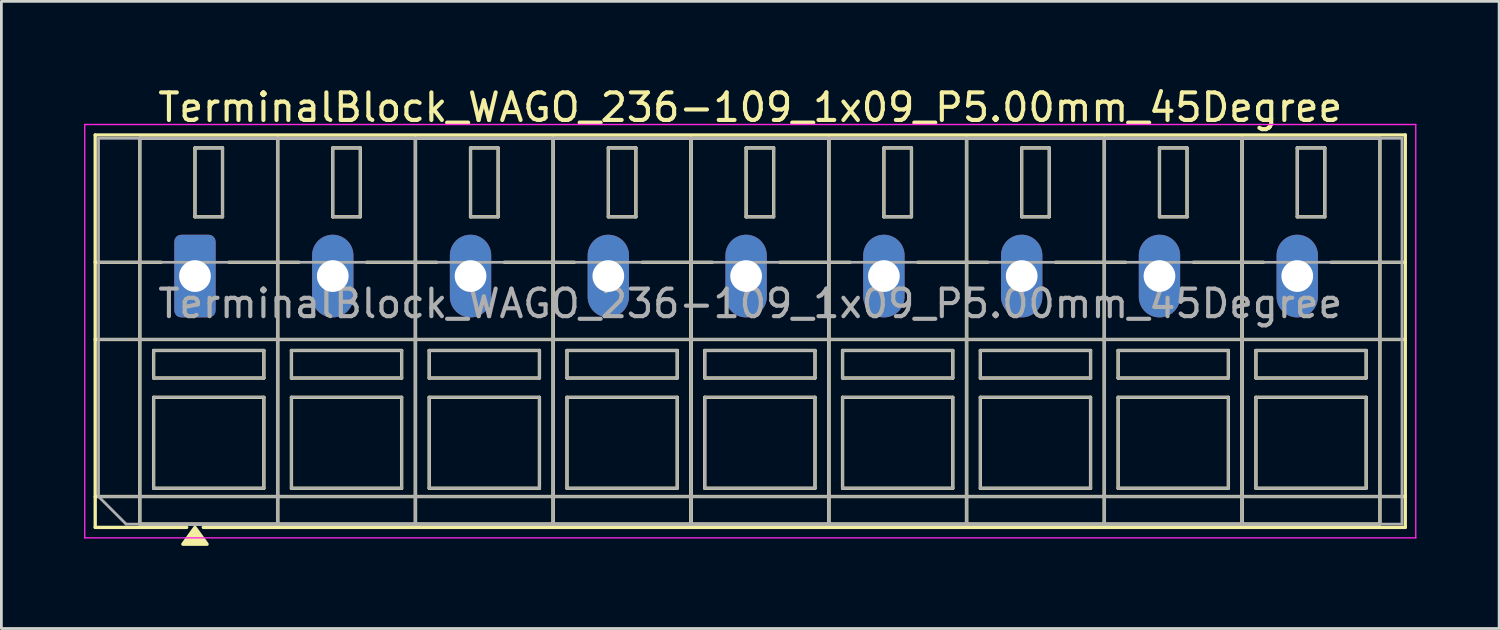
<source format=kicad_pcb>
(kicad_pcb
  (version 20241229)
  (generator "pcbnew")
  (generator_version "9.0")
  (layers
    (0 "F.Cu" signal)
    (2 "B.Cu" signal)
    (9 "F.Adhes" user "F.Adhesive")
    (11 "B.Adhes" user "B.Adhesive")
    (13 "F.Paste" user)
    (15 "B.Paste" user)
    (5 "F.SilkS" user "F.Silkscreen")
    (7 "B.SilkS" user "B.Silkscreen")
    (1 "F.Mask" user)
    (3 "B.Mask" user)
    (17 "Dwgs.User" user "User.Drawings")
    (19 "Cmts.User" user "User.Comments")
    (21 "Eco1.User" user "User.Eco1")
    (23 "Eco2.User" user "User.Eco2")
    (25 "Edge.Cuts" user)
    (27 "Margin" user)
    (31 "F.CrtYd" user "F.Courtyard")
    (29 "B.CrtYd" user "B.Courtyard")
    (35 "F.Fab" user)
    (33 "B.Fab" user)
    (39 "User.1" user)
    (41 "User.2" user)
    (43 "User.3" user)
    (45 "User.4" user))
  (footprint "TerminalBlock_WAGO_236-109_1x09_P5.00mm_45Degree"
    (layer "F.Cu")
    (at 4.025 6.968)
    (property "Reference" "TerminalBlock_WAGO_236-109_1x09_P5.00mm_45Degree" (at 20.15 -6.12 0) (layer "F.SilkS") (effects (font (size 1 1) (thickness 0.15))))
    (attr through_hole)
    (fp_line (start -3.62 -5.12) (end -3.62 9.12) (stroke (width 0.12) (type solid)) (layer "F.SilkS"))
    (fp_line (start -3.62 -5.12) (end 43.92 -5.12) (stroke (width 0.12) (type solid)) (layer "F.SilkS"))
    (fp_line (start -3.62 -0.5) (end -1.23 -0.5) (stroke (width 0.12) (type solid)) (layer "F.SilkS"))
    (fp_line (start -3.62 2.3) (end 43.92 2.3) (stroke (width 0.12) (type solid)) (layer "F.SilkS"))
    (fp_line (start -3.62 8) (end 43.92 8) (stroke (width 0.12) (type solid)) (layer "F.SilkS"))
    (fp_line (start -3.62 9.12) (end -0.3 9.12) (stroke (width 0.12) (type solid)) (layer "F.SilkS"))
    (fp_line (start -2 -5) (end -2 9) (stroke (width 0.12) (type solid)) (layer "F.SilkS"))
    (fp_line (start -2 -5) (end 3 -5) (stroke (width 0.12) (type solid)) (layer "F.SilkS"))
    (fp_line (start -2 9) (end 3 9) (stroke (width 0.12) (type solid)) (layer "F.SilkS"))
    (fp_line (start -1.5 2.7) (end -1.5 3.7) (stroke (width 0.12) (type solid)) (layer "F.SilkS"))
    (fp_line (start -1.5 2.7) (end 2.5 2.7) (stroke (width 0.12) (type solid)) (layer "F.SilkS"))
    (fp_line (start -1.5 3.7) (end 2.5 3.7) (stroke (width 0.12) (type solid)) (layer "F.SilkS"))
    (fp_line (start -1.5 4.4) (end -1.5 7.7) (stroke (width 0.12) (type solid)) (layer "F.SilkS"))
    (fp_line (start -1.5 4.4) (end 2.5 4.4) (stroke (width 0.12) (type solid)) (layer "F.SilkS"))
    (fp_line (start -1.5 7.7) (end 2.5 7.7) (stroke (width 0.12) (type solid)) (layer "F.SilkS"))
    (fp_line (start 0 -4.65) (end 0 -2.15) (stroke (width 0.12) (type solid)) (layer "F.SilkS"))
    (fp_line (start 0 -4.65) (end 1 -4.65) (stroke (width 0.12) (type solid)) (layer "F.SilkS"))
    (fp_line (start 0 -2.15) (end 1 -2.15) (stroke (width 0.12) (type solid)) (layer "F.SilkS"))
    (fp_line (start 0.3 9.12) (end 43.92 9.12) (stroke (width 0.12) (type solid)) (layer "F.SilkS"))
    (fp_line (start 1 -4.65) (end 1 -2.15) (stroke (width 0.12) (type solid)) (layer "F.SilkS"))
    (fp_line (start 1.23 -0.5) (end 3.77 -0.5) (stroke (width 0.12) (type solid)) (layer "F.SilkS"))
    (fp_line (start 2.5 2.7) (end 2.5 3.7) (stroke (width 0.12) (type solid)) (layer "F.SilkS"))
    (fp_line (start 2.5 4.4) (end 2.5 7.7) (stroke (width 0.12) (type solid)) (layer "F.SilkS"))
    (fp_line (start 3 -5) (end 3 9) (stroke (width 0.12) (type solid)) (layer "F.SilkS"))
    (fp_line (start 3 -5) (end 3 9) (stroke (width 0.12) (type solid)) (layer "F.SilkS"))
    (fp_line (start 3 -5) (end 8 -5) (stroke (width 0.12) (type solid)) (layer "F.SilkS"))
    (fp_line (start 3 9) (end 8 9) (stroke (width 0.12) (type solid)) (layer "F.SilkS"))
    (fp_line (start 3.5 2.7) (end 3.5 3.7) (stroke (width 0.12) (type solid)) (layer "F.SilkS"))
    (fp_line (start 3.5 2.7) (end 7.5 2.7) (stroke (width 0.12) (type solid)) (layer "F.SilkS"))
    (fp_line (start 3.5 3.7) (end 7.5 3.7) (stroke (width 0.12) (type solid)) (layer "F.SilkS"))
    (fp_line (start 3.5 4.4) (end 3.5 7.7) (stroke (width 0.12) (type solid)) (layer "F.SilkS"))
    (fp_line (start 3.5 4.4) (end 7.5 4.4) (stroke (width 0.12) (type solid)) (layer "F.SilkS"))
    (fp_line (start 3.5 7.7) (end 7.5 7.7) (stroke (width 0.12) (type solid)) (layer "F.SilkS"))
    (fp_line (start 5 -4.65) (end 5 -2.15) (stroke (width 0.12) (type solid)) (layer "F.SilkS"))
    (fp_line (start 5 -4.65) (end 6 -4.65) (stroke (width 0.12) (type solid)) (layer "F.SilkS"))
    (fp_line (start 5 -2.15) (end 6 -2.15) (stroke (width 0.12) (type solid)) (layer "F.SilkS"))
    (fp_line (start 6 -4.65) (end 6 -2.15) (stroke (width 0.12) (type solid)) (layer "F.SilkS"))
    (fp_line (start 6.23 -0.5) (end 8.77 -0.5) (stroke (width 0.12) (type solid)) (layer "F.SilkS"))
    (fp_line (start 7.5 2.7) (end 7.5 3.7) (stroke (width 0.12) (type solid)) (layer "F.SilkS"))
    (fp_line (start 7.5 4.4) (end 7.5 7.7) (stroke (width 0.12) (type solid)) (layer "F.SilkS"))
    (fp_line (start 8 -5) (end 8 9) (stroke (width 0.12) (type solid)) (layer "F.SilkS"))
    (fp_line (start 8 -5) (end 8 9) (stroke (width 0.12) (type solid)) (layer "F.SilkS"))
    (fp_line (start 8 -5) (end 13 -5) (stroke (width 0.12) (type solid)) (layer "F.SilkS"))
    (fp_line (start 8 9) (end 13 9) (stroke (width 0.12) (type solid)) (layer "F.SilkS"))
    (fp_line (start 8.5 2.7) (end 8.5 3.7) (stroke (width 0.12) (type solid)) (layer "F.SilkS"))
    (fp_line (start 8.5 2.7) (end 12.5 2.7) (stroke (width 0.12) (type solid)) (layer "F.SilkS"))
    (fp_line (start 8.5 3.7) (end 12.5 3.7) (stroke (width 0.12) (type solid)) (layer "F.SilkS"))
    (fp_line (start 8.5 4.4) (end 8.5 7.7) (stroke (width 0.12) (type solid)) (layer "F.SilkS"))
    (fp_line (start 8.5 4.4) (end 12.5 4.4) (stroke (width 0.12) (type solid)) (layer "F.SilkS"))
    (fp_line (start 8.5 7.7) (end 12.5 7.7) (stroke (width 0.12) (type solid)) (layer "F.SilkS"))
    (fp_line (start 10 -4.65) (end 10 -2.15) (stroke (width 0.12) (type solid)) (layer "F.SilkS"))
    (fp_line (start 10 -4.65) (end 11 -4.65) (stroke (width 0.12) (type solid)) (layer "F.SilkS"))
    (fp_line (start 10 -2.15) (end 11 -2.15) (stroke (width 0.12) (type solid)) (layer "F.SilkS"))
    (fp_line (start 11 -4.65) (end 11 -2.15) (stroke (width 0.12) (type solid)) (layer "F.SilkS"))
    (fp_line (start 11.23 -0.5) (end 13.77 -0.5) (stroke (width 0.12) (type solid)) (layer "F.SilkS"))
    (fp_line (start 12.5 2.7) (end 12.5 3.7) (stroke (width 0.12) (type solid)) (layer "F.SilkS"))
    (fp_line (start 12.5 4.4) (end 12.5 7.7) (stroke (width 0.12) (type solid)) (layer "F.SilkS"))
    (fp_line (start 13 -5) (end 13 9) (stroke (width 0.12) (type solid)) (layer "F.SilkS"))
    (fp_line (start 13 -5) (end 13 9) (stroke (width 0.12) (type solid)) (layer "F.SilkS"))
    (fp_line (start 13 -5) (end 18 -5) (stroke (width 0.12) (type solid)) (layer "F.SilkS"))
    (fp_line (start 13 9) (end 18 9) (stroke (width 0.12) (type solid)) (layer "F.SilkS"))
    (fp_line (start 13.5 2.7) (end 13.5 3.7) (stroke (width 0.12) (type solid)) (layer "F.SilkS"))
    (fp_line (start 13.5 2.7) (end 17.5 2.7) (stroke (width 0.12) (type solid)) (layer "F.SilkS"))
    (fp_line (start 13.5 3.7) (end 17.5 3.7) (stroke (width 0.12) (type solid)) (layer "F.SilkS"))
    (fp_line (start 13.5 4.4) (end 13.5 7.7) (stroke (width 0.12) (type solid)) (layer "F.SilkS"))
    (fp_line (start 13.5 4.4) (end 17.5 4.4) (stroke (width 0.12) (type solid)) (layer "F.SilkS"))
    (fp_line (start 13.5 7.7) (end 17.5 7.7) (stroke (width 0.12) (type solid)) (layer "F.SilkS"))
    (fp_line (start 15 -4.65) (end 15 -2.15) (stroke (width 0.12) (type solid)) (layer "F.SilkS"))
    (fp_line (start 15 -4.65) (end 16 -4.65) (stroke (width 0.12) (type solid)) (layer "F.SilkS"))
    (fp_line (start 15 -2.15) (end 16 -2.15) (stroke (width 0.12) (type solid)) (layer "F.SilkS"))
    (fp_line (start 16 -4.65) (end 16 -2.15) (stroke (width 0.12) (type solid)) (layer "F.SilkS"))
    (fp_line (start 16.23 -0.5) (end 18.77 -0.5) (stroke (width 0.12) (type solid)) (layer "F.SilkS"))
    (fp_line (start 17.5 2.7) (end 17.5 3.7) (stroke (width 0.12) (type solid)) (layer "F.SilkS"))
    (fp_line (start 17.5 4.4) (end 17.5 7.7) (stroke (width 0.12) (type solid)) (layer "F.SilkS"))
    (fp_line (start 18 -5) (end 18 9) (stroke (width 0.12) (type solid)) (layer "F.SilkS"))
    (fp_line (start 18 -5) (end 18 9) (stroke (width 0.12) (type solid)) (layer "F.SilkS"))
    (fp_line (start 18 -5) (end 23 -5) (stroke (width 0.12) (type solid)) (layer "F.SilkS"))
    (fp_line (start 18 9) (end 23 9) (stroke (width 0.12) (type solid)) (layer "F.SilkS"))
    (fp_line (start 18.5 2.7) (end 18.5 3.7) (stroke (width 0.12) (type solid)) (layer "F.SilkS"))
    (fp_line (start 18.5 2.7) (end 22.5 2.7) (stroke (width 0.12) (type solid)) (layer "F.SilkS"))
    (fp_line (start 18.5 3.7) (end 22.5 3.7) (stroke (width 0.12) (type solid)) (layer "F.SilkS"))
    (fp_line (start 18.5 4.4) (end 18.5 7.7) (stroke (width 0.12) (type solid)) (layer "F.SilkS"))
    (fp_line (start 18.5 4.4) (end 22.5 4.4) (stroke (width 0.12) (type solid)) (layer "F.SilkS"))
    (fp_line (start 18.5 7.7) (end 22.5 7.7) (stroke (width 0.12) (type solid)) (layer "F.SilkS"))
    (fp_line (start 20 -4.65) (end 20 -2.15) (stroke (width 0.12) (type solid)) (layer "F.SilkS"))
    (fp_line (start 20 -4.65) (end 21 -4.65) (stroke (width 0.12) (type solid)) (layer "F.SilkS"))
    (fp_line (start 20 -2.15) (end 21 -2.15) (stroke (width 0.12) (type solid)) (layer "F.SilkS"))
    (fp_line (start 21 -4.65) (end 21 -2.15) (stroke (width 0.12) (type solid)) (layer "F.SilkS"))
    (fp_line (start 21.23 -0.5) (end 23.77 -0.5) (stroke (width 0.12) (type solid)) (layer "F.SilkS"))
    (fp_line (start 22.5 2.7) (end 22.5 3.7) (stroke (width 0.12) (type solid)) (layer "F.SilkS"))
    (fp_line (start 22.5 4.4) (end 22.5 7.7) (stroke (width 0.12) (type solid)) (layer "F.SilkS"))
    (fp_line (start 23 -5) (end 23 9) (stroke (width 0.12) (type solid)) (layer "F.SilkS"))
    (fp_line (start 23 -5) (end 23 9) (stroke (width 0.12) (type solid)) (layer "F.SilkS"))
    (fp_line (start 23 -5) (end 28 -5) (stroke (width 0.12) (type solid)) (layer "F.SilkS"))
    (fp_line (start 23 9) (end 28 9) (stroke (width 0.12) (type solid)) (layer "F.SilkS"))
    (fp_line (start 23.5 2.7) (end 23.5 3.7) (stroke (width 0.12) (type solid)) (layer "F.SilkS"))
    (fp_line (start 23.5 2.7) (end 27.5 2.7) (stroke (width 0.12) (type solid)) (layer "F.SilkS"))
    (fp_line (start 23.5 3.7) (end 27.5 3.7) (stroke (width 0.12) (type solid)) (layer "F.SilkS"))
    (fp_line (start 23.5 4.4) (end 23.5 7.7) (stroke (width 0.12) (type solid)) (layer "F.SilkS"))
    (fp_line (start 23.5 4.4) (end 27.5 4.4) (stroke (width 0.12) (type solid)) (layer "F.SilkS"))
    (fp_line (start 23.5 7.7) (end 27.5 7.7) (stroke (width 0.12) (type solid)) (layer "F.SilkS"))
    (fp_line (start 25 -4.65) (end 25 -2.15) (stroke (width 0.12) (type solid)) (layer "F.SilkS"))
    (fp_line (start 25 -4.65) (end 26 -4.65) (stroke (width 0.12) (type solid)) (layer "F.SilkS"))
    (fp_line (start 25 -2.15) (end 26 -2.15) (stroke (width 0.12) (type solid)) (layer "F.SilkS"))
    (fp_line (start 26 -4.65) (end 26 -2.15) (stroke (width 0.12) (type solid)) (layer "F.SilkS"))
    (fp_line (start 26.23 -0.5) (end 28.77 -0.5) (stroke (width 0.12) (type solid)) (layer "F.SilkS"))
    (fp_line (start 27.5 2.7) (end 27.5 3.7) (stroke (width 0.12) (type solid)) (layer "F.SilkS"))
    (fp_line (start 27.5 4.4) (end 27.5 7.7) (stroke (width 0.12) (type solid)) (layer "F.SilkS"))
    (fp_line (start 28 -5) (end 28 9) (stroke (width 0.12) (type solid)) (layer "F.SilkS"))
    (fp_line (start 28 -5) (end 28 9) (stroke (width 0.12) (type solid)) (layer "F.SilkS"))
    (fp_line (start 28 -5) (end 33 -5) (stroke (width 0.12) (type solid)) (layer "F.SilkS"))
    (fp_line (start 28 9) (end 33 9) (stroke (width 0.12) (type solid)) (layer "F.SilkS"))
    (fp_line (start 28.5 2.7) (end 28.5 3.7) (stroke (width 0.12) (type solid)) (layer "F.SilkS"))
    (fp_line (start 28.5 2.7) (end 32.5 2.7) (stroke (width 0.12) (type solid)) (layer "F.SilkS"))
    (fp_line (start 28.5 3.7) (end 32.5 3.7) (stroke (width 0.12) (type solid)) (layer "F.SilkS"))
    (fp_line (start 28.5 4.4) (end 28.5 7.7) (stroke (width 0.12) (type solid)) (layer "F.SilkS"))
    (fp_line (start 28.5 4.4) (end 32.5 4.4) (stroke (width 0.12) (type solid)) (layer "F.SilkS"))
    (fp_line (start 28.5 7.7) (end 32.5 7.7) (stroke (width 0.12) (type solid)) (layer "F.SilkS"))
    (fp_line (start 30 -4.65) (end 30 -2.15) (stroke (width 0.12) (type solid)) (layer "F.SilkS"))
    (fp_line (start 30 -4.65) (end 31 -4.65) (stroke (width 0.12) (type solid)) (layer "F.SilkS"))
    (fp_line (start 30 -2.15) (end 31 -2.15) (stroke (width 0.12) (type solid)) (layer "F.SilkS"))
    (fp_line (start 31 -4.65) (end 31 -2.15) (stroke (width 0.12) (type solid)) (layer "F.SilkS"))
    (fp_line (start 31.23 -0.5) (end 33.77 -0.5) (stroke (width 0.12) (type solid)) (layer "F.SilkS"))
    (fp_line (start 32.5 2.7) (end 32.5 3.7) (stroke (width 0.12) (type solid)) (layer "F.SilkS"))
    (fp_line (start 32.5 4.4) (end 32.5 7.7) (stroke (width 0.12) (type solid)) (layer "F.SilkS"))
    (fp_line (start 33 -5) (end 33 9) (stroke (width 0.12) (type solid)) (layer "F.SilkS"))
    (fp_line (start 33 -5) (end 33 9) (stroke (width 0.12) (type solid)) (layer "F.SilkS"))
    (fp_line (start 33 -5) (end 38 -5) (stroke (width 0.12) (type solid)) (layer "F.SilkS"))
    (fp_line (start 33 9) (end 38 9) (stroke (width 0.12) (type solid)) (layer "F.SilkS"))
    (fp_line (start 33.5 2.7) (end 33.5 3.7) (stroke (width 0.12) (type solid)) (layer "F.SilkS"))
    (fp_line (start 33.5 2.7) (end 37.5 2.7) (stroke (width 0.12) (type solid)) (layer "F.SilkS"))
    (fp_line (start 33.5 3.7) (end 37.5 3.7) (stroke (width 0.12) (type solid)) (layer "F.SilkS"))
    (fp_line (start 33.5 4.4) (end 33.5 7.7) (stroke (width 0.12) (type solid)) (layer "F.SilkS"))
    (fp_line (start 33.5 4.4) (end 37.5 4.4) (stroke (width 0.12) (type solid)) (layer "F.SilkS"))
    (fp_line (start 33.5 7.7) (end 37.5 7.7) (stroke (width 0.12) (type solid)) (layer "F.SilkS"))
    (fp_line (start 35 -4.65) (end 35 -2.15) (stroke (width 0.12) (type solid)) (layer "F.SilkS"))
    (fp_line (start 35 -4.65) (end 36 -4.65) (stroke (width 0.12) (type solid)) (layer "F.SilkS"))
    (fp_line (start 35 -2.15) (end 36 -2.15) (stroke (width 0.12) (type solid)) (layer "F.SilkS"))
    (fp_line (start 36 -4.65) (end 36 -2.15) (stroke (width 0.12) (type solid)) (layer "F.SilkS"))
    (fp_line (start 36.23 -0.5) (end 38.77 -0.5) (stroke (width 0.12) (type solid)) (layer "F.SilkS"))
    (fp_line (start 37.5 2.7) (end 37.5 3.7) (stroke (width 0.12) (type solid)) (layer "F.SilkS"))
    (fp_line (start 37.5 4.4) (end 37.5 7.7) (stroke (width 0.12) (type solid)) (layer "F.SilkS"))
    (fp_line (start 38 -5) (end 38 9) (stroke (width 0.12) (type solid)) (layer "F.SilkS"))
    (fp_line (start 38 -5) (end 38 9) (stroke (width 0.12) (type solid)) (layer "F.SilkS"))
    (fp_line (start 38 -5) (end 43 -5) (stroke (width 0.12) (type solid)) (layer "F.SilkS"))
    (fp_line (start 38 9) (end 43 9) (stroke (width 0.12) (type solid)) (layer "F.SilkS"))
    (fp_line (start 38.5 2.7) (end 38.5 3.7) (stroke (width 0.12) (type solid)) (layer "F.SilkS"))
    (fp_line (start 38.5 2.7) (end 42.5 2.7) (stroke (width 0.12) (type solid)) (layer "F.SilkS"))
    (fp_line (start 38.5 3.7) (end 42.5 3.7) (stroke (width 0.12) (type solid)) (layer "F.SilkS"))
    (fp_line (start 38.5 4.4) (end 38.5 7.7) (stroke (width 0.12) (type solid)) (layer "F.SilkS"))
    (fp_line (start 38.5 4.4) (end 42.5 4.4) (stroke (width 0.12) (type solid)) (layer "F.SilkS"))
    (fp_line (start 38.5 7.7) (end 42.5 7.7) (stroke (width 0.12) (type solid)) (layer "F.SilkS"))
    (fp_line (start 40 -4.65) (end 40 -2.15) (stroke (width 0.12) (type solid)) (layer "F.SilkS"))
    (fp_line (start 40 -4.65) (end 41 -4.65) (stroke (width 0.12) (type solid)) (layer "F.SilkS"))
    (fp_line (start 40 -2.15) (end 41 -2.15) (stroke (width 0.12) (type solid)) (layer "F.SilkS"))
    (fp_line (start 41 -4.65) (end 41 -2.15) (stroke (width 0.12) (type solid)) (layer "F.SilkS"))
    (fp_line (start 41.23 -0.5) (end 43.92 -0.5) (stroke (width 0.12) (type solid)) (layer "F.SilkS"))
    (fp_line (start 42.5 2.7) (end 42.5 3.7) (stroke (width 0.12) (type solid)) (layer "F.SilkS"))
    (fp_line (start 42.5 4.4) (end 42.5 7.7) (stroke (width 0.12) (type solid)) (layer "F.SilkS"))
    (fp_line (start 43 -5) (end 43 9) (stroke (width 0.12) (type solid)) (layer "F.SilkS"))
    (fp_line (start 43.92 -5.12) (end 43.92 9.12) (stroke (width 0.12) (type solid)) (layer "F.SilkS"))
    (fp_poly (pts (xy 0 9.12) (xy 0.44 9.73) (xy -0.44 9.73)) (stroke (width 0.12) (type solid)) (fill yes) (layer "F.SilkS"))
    (fp_line (start -4 -5.5) (end -4 9.5) (stroke (width 0.05) (type solid)) (layer "F.CrtYd"))
    (fp_line (start -4 9.5) (end 44.3 9.5) (stroke (width 0.05) (type solid)) (layer "F.CrtYd"))
    (fp_line (start 44.3 -5.5) (end -4 -5.5) (stroke (width 0.05) (type solid)) (layer "F.CrtYd"))
    (fp_line (start 44.3 9.5) (end 44.3 -5.5) (stroke (width 0.05) (type solid)) (layer "F.CrtYd"))
    (fp_line (start -3.5 -5) (end 43.8 -5) (stroke (width 0.1) (type solid)) (layer "F.Fab"))
    (fp_line (start -3.5 -0.5) (end 43.8 -0.5) (stroke (width 0.1) (type solid)) (layer "F.Fab"))
    (fp_line (start -3.5 2.3) (end 43.8 2.3) (stroke (width 0.1) (type solid)) (layer "F.Fab"))
    (fp_line (start -3.5 8) (end -3.5 -5) (stroke (width 0.1) (type solid)) (layer "F.Fab"))
    (fp_line (start -3.5 8) (end 43.8 8) (stroke (width 0.1) (type solid)) (layer "F.Fab"))
    (fp_line (start -2.5 9) (end -3.5 8) (stroke (width 0.1) (type solid)) (layer "F.Fab"))
    (fp_line (start -2 -5) (end -2 9) (stroke (width 0.1) (type solid)) (layer "F.Fab"))
    (fp_line (start -2 9) (end 3 9) (stroke (width 0.1) (type solid)) (layer "F.Fab"))
    (fp_line (start -1.5 2.7) (end -1.5 3.7) (stroke (width 0.1) (type solid)) (layer "F.Fab"))
    (fp_line (start -1.5 3.7) (end 2.5 3.7) (stroke (width 0.1) (type solid)) (layer "F.Fab"))
    (fp_line (start -1.5 4.4) (end -1.5 7.7) (stroke (width 0.1) (type solid)) (layer "F.Fab"))
    (fp_line (start -1.5 7.7) (end 2.5 7.7) (stroke (width 0.1) (type solid)) (layer "F.Fab"))
    (fp_line (start 0 -4.65) (end 0 -2.15) (stroke (width 0.1) (type solid)) (layer "F.Fab"))
    (fp_line (start 0 -2.15) (end 1 -2.15) (stroke (width 0.1) (type solid)) (layer "F.Fab"))
    (fp_line (start 1 -4.65) (end 0 -4.65) (stroke (width 0.1) (type solid)) (layer "F.Fab"))
    (fp_line (start 1 -2.15) (end 1 -4.65) (stroke (width 0.1) (type solid)) (layer "F.Fab"))
    (fp_line (start 2.5 2.7) (end -1.5 2.7) (stroke (width 0.1) (type solid)) (layer "F.Fab"))
    (fp_line (start 2.5 3.7) (end 2.5 2.7) (stroke (width 0.1) (type solid)) (layer "F.Fab"))
    (fp_line (start 2.5 4.4) (end -1.5 4.4) (stroke (width 0.1) (type solid)) (layer "F.Fab"))
    (fp_line (start 2.5 7.7) (end 2.5 4.4) (stroke (width 0.1) (type solid)) (layer "F.Fab"))
    (fp_line (start 3 -5) (end -2 -5) (stroke (width 0.1) (type solid)) (layer "F.Fab"))
    (fp_line (start 3 -5) (end 3 9) (stroke (width 0.1) (type solid)) (layer "F.Fab"))
    (fp_line (start 3 9) (end 3 -5) (stroke (width 0.1) (type solid)) (layer "F.Fab"))
    (fp_line (start 3 9) (end 8 9) (stroke (width 0.1) (type solid)) (layer "F.Fab"))
    (fp_line (start 3.5 2.7) (end 3.5 3.7) (stroke (width 0.1) (type solid)) (layer "F.Fab"))
    (fp_line (start 3.5 3.7) (end 7.5 3.7) (stroke (width 0.1) (type solid)) (layer "F.Fab"))
    (fp_line (start 3.5 4.4) (end 3.5 7.7) (stroke (width 0.1) (type solid)) (layer "F.Fab"))
    (fp_line (start 3.5 7.7) (end 7.5 7.7) (stroke (width 0.1) (type solid)) (layer "F.Fab"))
    (fp_line (start 5 -4.65) (end 5 -2.15) (stroke (width 0.1) (type solid)) (layer "F.Fab"))
    (fp_line (start 5 -2.15) (end 6 -2.15) (stroke (width 0.1) (type solid)) (layer "F.Fab"))
    (fp_line (start 6 -4.65) (end 5 -4.65) (stroke (width 0.1) (type solid)) (layer "F.Fab"))
    (fp_line (start 6 -2.15) (end 6 -4.65) (stroke (width 0.1) (type solid)) (layer "F.Fab"))
    (fp_line (start 7.5 2.7) (end 3.5 2.7) (stroke (width 0.1) (type solid)) (layer "F.Fab"))
    (fp_line (start 7.5 3.7) (end 7.5 2.7) (stroke (width 0.1) (type solid)) (layer "F.Fab"))
    (fp_line (start 7.5 4.4) (end 3.5 4.4) (stroke (width 0.1) (type solid)) (layer "F.Fab"))
    (fp_line (start 7.5 7.7) (end 7.5 4.4) (stroke (width 0.1) (type solid)) (layer "F.Fab"))
    (fp_line (start 8 -5) (end 3 -5) (stroke (width 0.1) (type solid)) (layer "F.Fab"))
    (fp_line (start 8 -5) (end 8 9) (stroke (width 0.1) (type solid)) (layer "F.Fab"))
    (fp_line (start 8 9) (end 8 -5) (stroke (width 0.1) (type solid)) (layer "F.Fab"))
    (fp_line (start 8 9) (end 13 9) (stroke (width 0.1) (type solid)) (layer "F.Fab"))
    (fp_line (start 8.5 2.7) (end 8.5 3.7) (stroke (width 0.1) (type solid)) (layer "F.Fab"))
    (fp_line (start 8.5 3.7) (end 12.5 3.7) (stroke (width 0.1) (type solid)) (layer "F.Fab"))
    (fp_line (start 8.5 4.4) (end 8.5 7.7) (stroke (width 0.1) (type solid)) (layer "F.Fab"))
    (fp_line (start 8.5 7.7) (end 12.5 7.7) (stroke (width 0.1) (type solid)) (layer "F.Fab"))
    (fp_line (start 10 -4.65) (end 10 -2.15) (stroke (width 0.1) (type solid)) (layer "F.Fab"))
    (fp_line (start 10 -2.15) (end 11 -2.15) (stroke (width 0.1) (type solid)) (layer "F.Fab"))
    (fp_line (start 11 -4.65) (end 10 -4.65) (stroke (width 0.1) (type solid)) (layer "F.Fab"))
    (fp_line (start 11 -2.15) (end 11 -4.65) (stroke (width 0.1) (type solid)) (layer "F.Fab"))
    (fp_line (start 12.5 2.7) (end 8.5 2.7) (stroke (width 0.1) (type solid)) (layer "F.Fab"))
    (fp_line (start 12.5 3.7) (end 12.5 2.7) (stroke (width 0.1) (type solid)) (layer "F.Fab"))
    (fp_line (start 12.5 4.4) (end 8.5 4.4) (stroke (width 0.1) (type solid)) (layer "F.Fab"))
    (fp_line (start 12.5 7.7) (end 12.5 4.4) (stroke (width 0.1) (type solid)) (layer "F.Fab"))
    (fp_line (start 13 -5) (end 8 -5) (stroke (width 0.1) (type solid)) (layer "F.Fab"))
    (fp_line (start 13 -5) (end 13 9) (stroke (width 0.1) (type solid)) (layer "F.Fab"))
    (fp_line (start 13 9) (end 13 -5) (stroke (width 0.1) (type solid)) (layer "F.Fab"))
    (fp_line (start 13 9) (end 18 9) (stroke (width 0.1) (type solid)) (layer "F.Fab"))
    (fp_line (start 13.5 2.7) (end 13.5 3.7) (stroke (width 0.1) (type solid)) (layer "F.Fab"))
    (fp_line (start 13.5 3.7) (end 17.5 3.7) (stroke (width 0.1) (type solid)) (layer "F.Fab"))
    (fp_line (start 13.5 4.4) (end 13.5 7.7) (stroke (width 0.1) (type solid)) (layer "F.Fab"))
    (fp_line (start 13.5 7.7) (end 17.5 7.7) (stroke (width 0.1) (type solid)) (layer "F.Fab"))
    (fp_line (start 15 -4.65) (end 15 -2.15) (stroke (width 0.1) (type solid)) (layer "F.Fab"))
    (fp_line (start 15 -2.15) (end 16 -2.15) (stroke (width 0.1) (type solid)) (layer "F.Fab"))
    (fp_line (start 16 -4.65) (end 15 -4.65) (stroke (width 0.1) (type solid)) (layer "F.Fab"))
    (fp_line (start 16 -2.15) (end 16 -4.65) (stroke (width 0.1) (type solid)) (layer "F.Fab"))
    (fp_line (start 17.5 2.7) (end 13.5 2.7) (stroke (width 0.1) (type solid)) (layer "F.Fab"))
    (fp_line (start 17.5 3.7) (end 17.5 2.7) (stroke (width 0.1) (type solid)) (layer "F.Fab"))
    (fp_line (start 17.5 4.4) (end 13.5 4.4) (stroke (width 0.1) (type solid)) (layer "F.Fab"))
    (fp_line (start 17.5 7.7) (end 17.5 4.4) (stroke (width 0.1) (type solid)) (layer "F.Fab"))
    (fp_line (start 18 -5) (end 13 -5) (stroke (width 0.1) (type solid)) (layer "F.Fab"))
    (fp_line (start 18 -5) (end 18 9) (stroke (width 0.1) (type solid)) (layer "F.Fab"))
    (fp_line (start 18 9) (end 18 -5) (stroke (width 0.1) (type solid)) (layer "F.Fab"))
    (fp_line (start 18 9) (end 23 9) (stroke (width 0.1) (type solid)) (layer "F.Fab"))
    (fp_line (start 18.5 2.7) (end 18.5 3.7) (stroke (width 0.1) (type solid)) (layer "F.Fab"))
    (fp_line (start 18.5 3.7) (end 22.5 3.7) (stroke (width 0.1) (type solid)) (layer "F.Fab"))
    (fp_line (start 18.5 4.4) (end 18.5 7.7) (stroke (width 0.1) (type solid)) (layer "F.Fab"))
    (fp_line (start 18.5 7.7) (end 22.5 7.7) (stroke (width 0.1) (type solid)) (layer "F.Fab"))
    (fp_line (start 20 -4.65) (end 20 -2.15) (stroke (width 0.1) (type solid)) (layer "F.Fab"))
    (fp_line (start 20 -2.15) (end 21 -2.15) (stroke (width 0.1) (type solid)) (layer "F.Fab"))
    (fp_line (start 21 -4.65) (end 20 -4.65) (stroke (width 0.1) (type solid)) (layer "F.Fab"))
    (fp_line (start 21 -2.15) (end 21 -4.65) (stroke (width 0.1) (type solid)) (layer "F.Fab"))
    (fp_line (start 22.5 2.7) (end 18.5 2.7) (stroke (width 0.1) (type solid)) (layer "F.Fab"))
    (fp_line (start 22.5 3.7) (end 22.5 2.7) (stroke (width 0.1) (type solid)) (layer "F.Fab"))
    (fp_line (start 22.5 4.4) (end 18.5 4.4) (stroke (width 0.1) (type solid)) (layer "F.Fab"))
    (fp_line (start 22.5 7.7) (end 22.5 4.4) (stroke (width 0.1) (type solid)) (layer "F.Fab"))
    (fp_line (start 23 -5) (end 18 -5) (stroke (width 0.1) (type solid)) (layer "F.Fab"))
    (fp_line (start 23 -5) (end 23 9) (stroke (width 0.1) (type solid)) (layer "F.Fab"))
    (fp_line (start 23 9) (end 23 -5) (stroke (width 0.1) (type solid)) (layer "F.Fab"))
    (fp_line (start 23 9) (end 28 9) (stroke (width 0.1) (type solid)) (layer "F.Fab"))
    (fp_line (start 23.5 2.7) (end 23.5 3.7) (stroke (width 0.1) (type solid)) (layer "F.Fab"))
    (fp_line (start 23.5 3.7) (end 27.5 3.7) (stroke (width 0.1) (type solid)) (layer "F.Fab"))
    (fp_line (start 23.5 4.4) (end 23.5 7.7) (stroke (width 0.1) (type solid)) (layer "F.Fab"))
    (fp_line (start 23.5 7.7) (end 27.5 7.7) (stroke (width 0.1) (type solid)) (layer "F.Fab"))
    (fp_line (start 25 -4.65) (end 25 -2.15) (stroke (width 0.1) (type solid)) (layer "F.Fab"))
    (fp_line (start 25 -2.15) (end 26 -2.15) (stroke (width 0.1) (type solid)) (layer "F.Fab"))
    (fp_line (start 26 -4.65) (end 25 -4.65) (stroke (width 0.1) (type solid)) (layer "F.Fab"))
    (fp_line (start 26 -2.15) (end 26 -4.65) (stroke (width 0.1) (type solid)) (layer "F.Fab"))
    (fp_line (start 27.5 2.7) (end 23.5 2.7) (stroke (width 0.1) (type solid)) (layer "F.Fab"))
    (fp_line (start 27.5 3.7) (end 27.5 2.7) (stroke (width 0.1) (type solid)) (layer "F.Fab"))
    (fp_line (start 27.5 4.4) (end 23.5 4.4) (stroke (width 0.1) (type solid)) (layer "F.Fab"))
    (fp_line (start 27.5 7.7) (end 27.5 4.4) (stroke (width 0.1) (type solid)) (layer "F.Fab"))
    (fp_line (start 28 -5) (end 23 -5) (stroke (width 0.1) (type solid)) (layer "F.Fab"))
    (fp_line (start 28 -5) (end 28 9) (stroke (width 0.1) (type solid)) (layer "F.Fab"))
    (fp_line (start 28 9) (end 28 -5) (stroke (width 0.1) (type solid)) (layer "F.Fab"))
    (fp_line (start 28 9) (end 33 9) (stroke (width 0.1) (type solid)) (layer "F.Fab"))
    (fp_line (start 28.5 2.7) (end 28.5 3.7) (stroke (width 0.1) (type solid)) (layer "F.Fab"))
    (fp_line (start 28.5 3.7) (end 32.5 3.7) (stroke (width 0.1) (type solid)) (layer "F.Fab"))
    (fp_line (start 28.5 4.4) (end 28.5 7.7) (stroke (width 0.1) (type solid)) (layer "F.Fab"))
    (fp_line (start 28.5 7.7) (end 32.5 7.7) (stroke (width 0.1) (type solid)) (layer "F.Fab"))
    (fp_line (start 30 -4.65) (end 30 -2.15) (stroke (width 0.1) (type solid)) (layer "F.Fab"))
    (fp_line (start 30 -2.15) (end 31 -2.15) (stroke (width 0.1) (type solid)) (layer "F.Fab"))
    (fp_line (start 31 -4.65) (end 30 -4.65) (stroke (width 0.1) (type solid)) (layer "F.Fab"))
    (fp_line (start 31 -2.15) (end 31 -4.65) (stroke (width 0.1) (type solid)) (layer "F.Fab"))
    (fp_line (start 32.5 2.7) (end 28.5 2.7) (stroke (width 0.1) (type solid)) (layer "F.Fab"))
    (fp_line (start 32.5 3.7) (end 32.5 2.7) (stroke (width 0.1) (type solid)) (layer "F.Fab"))
    (fp_line (start 32.5 4.4) (end 28.5 4.4) (stroke (width 0.1) (type solid)) (layer "F.Fab"))
    (fp_line (start 32.5 7.7) (end 32.5 4.4) (stroke (width 0.1) (type solid)) (layer "F.Fab"))
    (fp_line (start 33 -5) (end 28 -5) (stroke (width 0.1) (type solid)) (layer "F.Fab"))
    (fp_line (start 33 -5) (end 33 9) (stroke (width 0.1) (type solid)) (layer "F.Fab"))
    (fp_line (start 33 9) (end 33 -5) (stroke (width 0.1) (type solid)) (layer "F.Fab"))
    (fp_line (start 33 9) (end 38 9) (stroke (width 0.1) (type solid)) (layer "F.Fab"))
    (fp_line (start 33.5 2.7) (end 33.5 3.7) (stroke (width 0.1) (type solid)) (layer "F.Fab"))
    (fp_line (start 33.5 3.7) (end 37.5 3.7) (stroke (width 0.1) (type solid)) (layer "F.Fab"))
    (fp_line (start 33.5 4.4) (end 33.5 7.7) (stroke (width 0.1) (type solid)) (layer "F.Fab"))
    (fp_line (start 33.5 7.7) (end 37.5 7.7) (stroke (width 0.1) (type solid)) (layer "F.Fab"))
    (fp_line (start 35 -4.65) (end 35 -2.15) (stroke (width 0.1) (type solid)) (layer "F.Fab"))
    (fp_line (start 35 -2.15) (end 36 -2.15) (stroke (width 0.1) (type solid)) (layer "F.Fab"))
    (fp_line (start 36 -4.65) (end 35 -4.65) (stroke (width 0.1) (type solid)) (layer "F.Fab"))
    (fp_line (start 36 -2.15) (end 36 -4.65) (stroke (width 0.1) (type solid)) (layer "F.Fab"))
    (fp_line (start 37.5 2.7) (end 33.5 2.7) (stroke (width 0.1) (type solid)) (layer "F.Fab"))
    (fp_line (start 37.5 3.7) (end 37.5 2.7) (stroke (width 0.1) (type solid)) (layer "F.Fab"))
    (fp_line (start 37.5 4.4) (end 33.5 4.4) (stroke (width 0.1) (type solid)) (layer "F.Fab"))
    (fp_line (start 37.5 7.7) (end 37.5 4.4) (stroke (width 0.1) (type solid)) (layer "F.Fab"))
    (fp_line (start 38 -5) (end 33 -5) (stroke (width 0.1) (type solid)) (layer "F.Fab"))
    (fp_line (start 38 -5) (end 38 9) (stroke (width 0.1) (type solid)) (layer "F.Fab"))
    (fp_line (start 38 9) (end 38 -5) (stroke (width 0.1) (type solid)) (layer "F.Fab"))
    (fp_line (start 38 9) (end 43 9) (stroke (width 0.1) (type solid)) (layer "F.Fab"))
    (fp_line (start 38.5 2.7) (end 38.5 3.7) (stroke (width 0.1) (type solid)) (layer "F.Fab"))
    (fp_line (start 38.5 3.7) (end 42.5 3.7) (stroke (width 0.1) (type solid)) (layer "F.Fab"))
    (fp_line (start 38.5 4.4) (end 38.5 7.7) (stroke (width 0.1) (type solid)) (layer "F.Fab"))
    (fp_line (start 38.5 7.7) (end 42.5 7.7) (stroke (width 0.1) (type solid)) (layer "F.Fab"))
    (fp_line (start 40 -4.65) (end 40 -2.15) (stroke (width 0.1) (type solid)) (layer "F.Fab"))
    (fp_line (start 40 -2.15) (end 41 -2.15) (stroke (width 0.1) (type solid)) (layer "F.Fab"))
    (fp_line (start 41 -4.65) (end 40 -4.65) (stroke (width 0.1) (type solid)) (layer "F.Fab"))
    (fp_line (start 41 -2.15) (end 41 -4.65) (stroke (width 0.1) (type solid)) (layer "F.Fab"))
    (fp_line (start 42.5 2.7) (end 38.5 2.7) (stroke (width 0.1) (type solid)) (layer "F.Fab"))
    (fp_line (start 42.5 3.7) (end 42.5 2.7) (stroke (width 0.1) (type solid)) (layer "F.Fab"))
    (fp_line (start 42.5 4.4) (end 38.5 4.4) (stroke (width 0.1) (type solid)) (layer "F.Fab"))
    (fp_line (start 42.5 7.7) (end 42.5 4.4) (stroke (width 0.1) (type solid)) (layer "F.Fab"))
    (fp_line (start 43 -5) (end 38 -5) (stroke (width 0.1) (type solid)) (layer "F.Fab"))
    (fp_line (start 43 9) (end 43 -5) (stroke (width 0.1) (type solid)) (layer "F.Fab"))
    (fp_line (start 43.8 -5) (end 43.8 9) (stroke (width 0.1) (type solid)) (layer "F.Fab"))
    (fp_line (start 43.8 9) (end -2.5 9) (stroke (width 0.1) (type solid)) (layer "F.Fab"))
    (fp_text user "${REFERENCE}" (at 20.15 1 0) (layer "F.Fab") (effects (font (size 1 1) (thickness 0.15))))
    (pad "1" thru_hole roundrect (at 0 0) (size 1.5 3) (drill 1.15) (layers "*.Cu" "*.Mask") (roundrect_rratio 0.167))
    (pad "2" thru_hole oval (at 5 0) (size 1.5 3) (drill 1.15) (layers "*.Cu" "*.Mask"))
    (pad "3" thru_hole oval (at 10 0) (size 1.5 3) (drill 1.15) (layers "*.Cu" "*.Mask"))
    (pad "4" thru_hole oval (at 15 0) (size 1.5 3) (drill 1.15) (layers "*.Cu" "*.Mask"))
    (pad "5" thru_hole oval (at 20 0) (size 1.5 3) (drill 1.15) (layers "*.Cu" "*.Mask"))
    (pad "6" thru_hole oval (at 25 0) (size 1.5 3) (drill 1.15) (layers "*.Cu" "*.Mask"))
    (pad "7" thru_hole oval (at 30 0) (size 1.5 3) (drill 1.15) (layers "*.Cu" "*.Mask"))
    (pad "8" thru_hole oval (at 35 0) (size 1.5 3) (drill 1.15) (layers "*.Cu" "*.Mask"))
    (pad "9" thru_hole oval (at 40 0) (size 1.5 3) (drill 1.15) (layers "*.Cu" "*.Mask")))
  (gr_rect
    (start -3 -3)
    (end 51.35 19.758)
    (stroke (width 0.1) (type default))
    (fill no)
    (layer "Edge.Cuts")))
</source>
